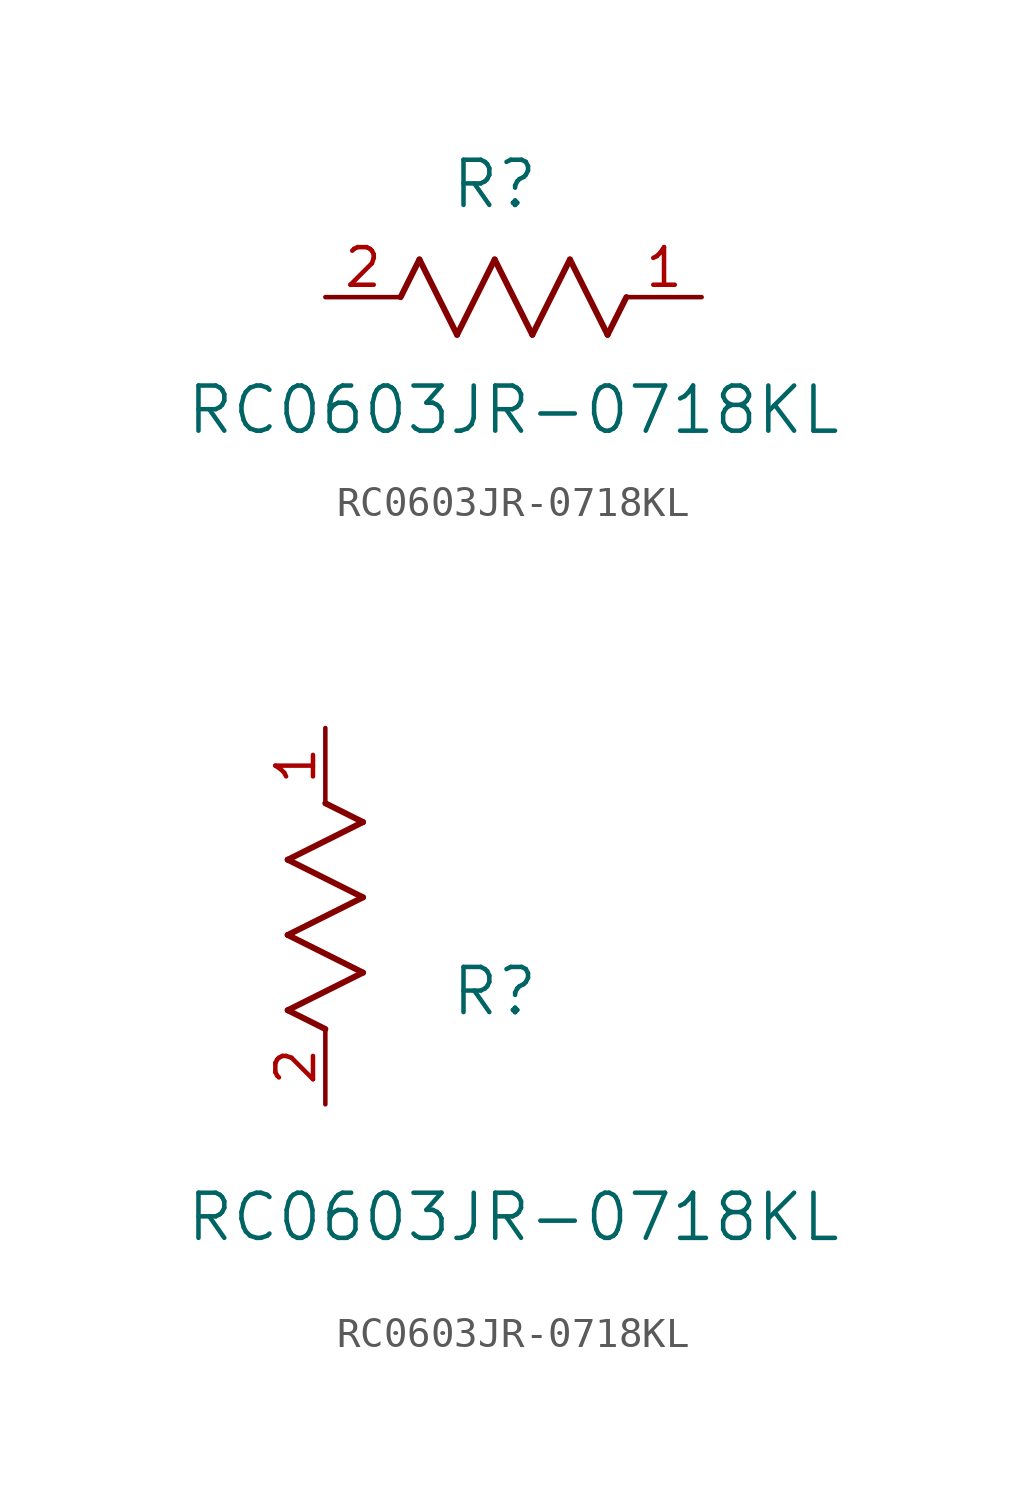
<source format=kicad_sym>
(kicad_symbol_lib
  (version 20211014)
  (generator kicad_symbol_editor)
  (symbol "RC0603JR-0718KL"
    (pin_names
      (offset 0.254))
    (property "Reference" "R"
      (at 5.715 3.81 0)
      (effects (font (size 1.524 1.524))))
    (property "Value" "RC0603JR-0718KL"
      (at 6.35 -3.81 0)
      (effects (font (size 1.524 1.524))))
    (symbol "RC0603JR-0718KL_1_1"
      (polyline (pts (xy 3.175 1.27) (xy 4.445 -1.27)) (stroke (width 0.203) (type default) (color 0 0 0 0)) (fill (type none)))
      (polyline (pts (xy 4.445 -1.27) (xy 5.715 1.27)) (stroke (width 0.203) (type default) (color 0 0 0 0)) (fill (type none)))
      (polyline (pts (xy 5.715 1.27) (xy 6.985 -1.27)) (stroke (width 0.203) (type default) (color 0 0 0 0)) (fill (type none)))
      (polyline (pts (xy 6.985 -1.27) (xy 8.255 1.27)) (stroke (width 0.203) (type default) (color 0 0 0 0)) (fill (type none)))
      (polyline (pts (xy 8.255 1.27) (xy 9.525 -1.27)) (stroke (width 0.203) (type default) (color 0 0 0 0)) (fill (type none)))
      (polyline (pts (xy 2.54 0) (xy 3.175 1.27)) (stroke (width 0.203) (type default) (color 0 0 0 0)) (fill (type none)))
      (polyline (pts (xy 9.525 -1.27) (xy 10.16 0)) (stroke (width 0.203) (type default) (color 0 0 0 0)) (fill (type none)))
      (pin unspecified line (at 12.7 0 180) (length 2.54) (name "" (effects (font (size 1.27 1.27)))) (number "1" (effects (font (size 1.27 1.27)))))
      (pin unspecified line (at 0 0 0) (length 2.54) (name "" (effects (font (size 1.27 1.27)))) (number "2" (effects (font (size 1.27 1.27))))))
    (symbol "RC0603JR-0718KL_1_2"
      (polyline (pts (xy 0 2.54) (xy -1.27 3.175)) (stroke (width 0.203) (type default) (color 0 0 0 0)) (fill (type none)))
      (polyline (pts (xy -1.27 3.175) (xy 1.27 4.445)) (stroke (width 0.203) (type default) (color 0 0 0 0)) (fill (type none)))
      (polyline (pts (xy 1.27 4.445) (xy -1.27 5.715)) (stroke (width 0.203) (type default) (color 0 0 0 0)) (fill (type none)))
      (polyline (pts (xy -1.27 5.715) (xy 1.27 6.985)) (stroke (width 0.203) (type default) (color 0 0 0 0)) (fill (type none)))
      (polyline (pts (xy -1.27 8.255) (xy 1.27 9.525)) (stroke (width 0.203) (type default) (color 0 0 0 0)) (fill (type none)))
      (polyline (pts (xy 1.27 9.525) (xy 0 10.16)) (stroke (width 0.203) (type default) (color 0 0 0 0)) (fill (type none)))
      (polyline (pts (xy 1.27 6.985) (xy -1.27 8.255)) (stroke (width 0.203) (type default) (color 0 0 0 0)) (fill (type none)))
      (pin unspecified line (at 0 12.7 270) (length 2.54) (name "" (effects (font (size 1.27 1.27)))) (number "1" (effects (font (size 1.27 1.27)))))
      (pin unspecified line (at 0 0 90) (length 2.54) (name "" (effects (font (size 1.27 1.27)))) (number "2" (effects (font (size 1.27 1.27))))))))
</source>
